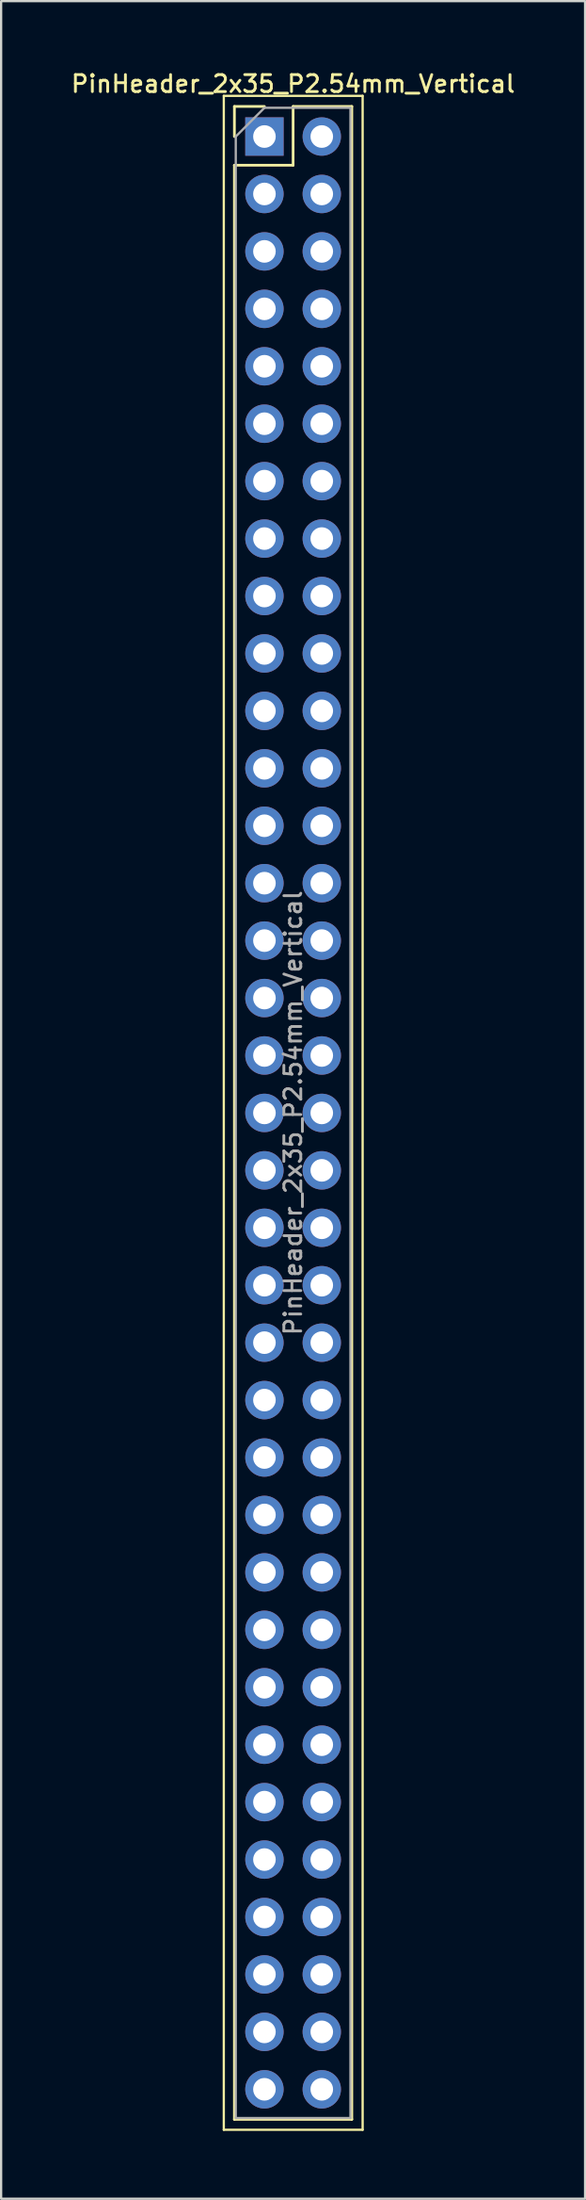
<source format=kicad_pcb>
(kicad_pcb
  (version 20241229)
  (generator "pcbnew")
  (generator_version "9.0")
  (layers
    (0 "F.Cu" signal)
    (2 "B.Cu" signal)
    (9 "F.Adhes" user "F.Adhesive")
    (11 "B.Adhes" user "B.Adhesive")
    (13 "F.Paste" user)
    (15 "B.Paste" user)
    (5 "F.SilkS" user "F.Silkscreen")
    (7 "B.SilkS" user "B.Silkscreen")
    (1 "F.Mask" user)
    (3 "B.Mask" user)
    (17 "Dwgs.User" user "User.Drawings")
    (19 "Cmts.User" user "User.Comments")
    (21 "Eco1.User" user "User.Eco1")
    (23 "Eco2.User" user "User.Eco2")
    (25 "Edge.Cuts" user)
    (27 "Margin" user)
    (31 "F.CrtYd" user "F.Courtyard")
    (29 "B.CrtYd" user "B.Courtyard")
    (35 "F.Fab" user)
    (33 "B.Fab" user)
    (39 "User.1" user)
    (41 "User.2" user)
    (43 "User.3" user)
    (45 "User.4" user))
  (footprint "PinHeader_2x35_P2.54mm_Vertical"
    (layer "F.Cu")
    (at 8.664 2.988)
    (property "Reference" "PinHeader_2x35_P2.54mm_Vertical" (at 1.27 -2.33 0) (layer "F.SilkS") (effects (font (size 0.75 0.75) (thickness 0.125))))
    (attr through_hole)
    (fp_line (start -1.8 -1.8) (end -1.8 88.15) (stroke (width 0.1) (type solid)) (layer "F.SilkS"))
    (fp_line (start -1.8 88.15) (end 4.35 88.15) (stroke (width 0.1) (type solid)) (layer "F.SilkS"))
    (fp_line (start -1.33 -1.33) (end 0 -1.33) (stroke (width 0.12) (type solid)) (layer "F.SilkS"))
    (fp_line (start -1.33 0) (end -1.33 -1.33) (stroke (width 0.12) (type solid)) (layer "F.SilkS"))
    (fp_line (start -1.33 1.27) (end -1.33 87.69) (stroke (width 0.12) (type solid)) (layer "F.SilkS"))
    (fp_line (start -1.33 1.27) (end 1.27 1.27) (stroke (width 0.12) (type solid)) (layer "F.SilkS"))
    (fp_line (start -1.33 87.69) (end 3.87 87.69) (stroke (width 0.12) (type solid)) (layer "F.SilkS"))
    (fp_line (start 1.27 -1.33) (end 3.87 -1.33) (stroke (width 0.12) (type solid)) (layer "F.SilkS"))
    (fp_line (start 1.27 1.27) (end 1.27 -1.33) (stroke (width 0.12) (type solid)) (layer "F.SilkS"))
    (fp_line (start 3.87 -1.33) (end 3.87 87.69) (stroke (width 0.12) (type solid)) (layer "F.SilkS"))
    (fp_line (start 4.35 -1.8) (end -1.8 -1.8) (stroke (width 0.1) (type solid)) (layer "F.SilkS"))
    (fp_line (start 4.35 88.15) (end 4.35 -1.8) (stroke (width 0.1) (type solid)) (layer "F.SilkS"))
    (fp_line (start -1.27 0) (end 0 -1.27) (stroke (width 0.1) (type solid)) (layer "F.Fab"))
    (fp_line (start -1.27 87.63) (end -1.27 0) (stroke (width 0.1) (type solid)) (layer "F.Fab"))
    (fp_line (start 0 -1.27) (end 3.81 -1.27) (stroke (width 0.1) (type solid)) (layer "F.Fab"))
    (fp_line (start 3.81 -1.27) (end 3.81 87.63) (stroke (width 0.1) (type solid)) (layer "F.Fab"))
    (fp_line (start 3.81 87.63) (end -1.27 87.63) (stroke (width 0.1) (type solid)) (layer "F.Fab"))
    (fp_text user "${REFERENCE}" (at 1.27 43.18 90) (layer "F.Fab") (effects (font (size 0.75 0.75) (thickness 0.125))))
    (pad "1" thru_hole rect (at 0 0) (size 1.7 1.7) (drill 1) (layers "*.Cu" "*.Mask"))
    (pad "2" thru_hole oval (at 2.54 0) (size 1.7 1.7) (drill 1) (layers "*.Cu" "*.Mask"))
    (pad "3" thru_hole oval (at 0 2.54) (size 1.7 1.7) (drill 1) (layers "*.Cu" "*.Mask"))
    (pad "4" thru_hole oval (at 2.54 2.54) (size 1.7 1.7) (drill 1) (layers "*.Cu" "*.Mask"))
    (pad "5" thru_hole oval (at 0 5.08) (size 1.7 1.7) (drill 1) (layers "*.Cu" "*.Mask"))
    (pad "6" thru_hole oval (at 2.54 5.08) (size 1.7 1.7) (drill 1) (layers "*.Cu" "*.Mask"))
    (pad "7" thru_hole oval (at 0 7.62) (size 1.7 1.7) (drill 1) (layers "*.Cu" "*.Mask"))
    (pad "8" thru_hole oval (at 2.54 7.62) (size 1.7 1.7) (drill 1) (layers "*.Cu" "*.Mask"))
    (pad "9" thru_hole oval (at 0 10.16) (size 1.7 1.7) (drill 1) (layers "*.Cu" "*.Mask"))
    (pad "10" thru_hole oval (at 2.54 10.16) (size 1.7 1.7) (drill 1) (layers "*.Cu" "*.Mask"))
    (pad "11" thru_hole oval (at 0 12.7) (size 1.7 1.7) (drill 1) (layers "*.Cu" "*.Mask"))
    (pad "12" thru_hole oval (at 2.54 12.7) (size 1.7 1.7) (drill 1) (layers "*.Cu" "*.Mask"))
    (pad "13" thru_hole oval (at 0 15.24) (size 1.7 1.7) (drill 1) (layers "*.Cu" "*.Mask"))
    (pad "14" thru_hole oval (at 2.54 15.24) (size 1.7 1.7) (drill 1) (layers "*.Cu" "*.Mask"))
    (pad "15" thru_hole oval (at 0 17.78) (size 1.7 1.7) (drill 1) (layers "*.Cu" "*.Mask"))
    (pad "16" thru_hole oval (at 2.54 17.78) (size 1.7 1.7) (drill 1) (layers "*.Cu" "*.Mask"))
    (pad "17" thru_hole oval (at 0 20.32) (size 1.7 1.7) (drill 1) (layers "*.Cu" "*.Mask"))
    (pad "18" thru_hole oval (at 2.54 20.32) (size 1.7 1.7) (drill 1) (layers "*.Cu" "*.Mask"))
    (pad "19" thru_hole oval (at 0 22.86) (size 1.7 1.7) (drill 1) (layers "*.Cu" "*.Mask"))
    (pad "20" thru_hole oval (at 2.54 22.86) (size 1.7 1.7) (drill 1) (layers "*.Cu" "*.Mask"))
    (pad "21" thru_hole oval (at 0 25.4) (size 1.7 1.7) (drill 1) (layers "*.Cu" "*.Mask"))
    (pad "22" thru_hole oval (at 2.54 25.4) (size 1.7 1.7) (drill 1) (layers "*.Cu" "*.Mask"))
    (pad "23" thru_hole oval (at 0 27.94) (size 1.7 1.7) (drill 1) (layers "*.Cu" "*.Mask"))
    (pad "24" thru_hole oval (at 2.54 27.94) (size 1.7 1.7) (drill 1) (layers "*.Cu" "*.Mask"))
    (pad "25" thru_hole oval (at 0 30.48) (size 1.7 1.7) (drill 1) (layers "*.Cu" "*.Mask"))
    (pad "26" thru_hole oval (at 2.54 30.48) (size 1.7 1.7) (drill 1) (layers "*.Cu" "*.Mask"))
    (pad "27" thru_hole oval (at 0 33.02) (size 1.7 1.7) (drill 1) (layers "*.Cu" "*.Mask"))
    (pad "28" thru_hole oval (at 2.54 33.02) (size 1.7 1.7) (drill 1) (layers "*.Cu" "*.Mask"))
    (pad "29" thru_hole oval (at 0 35.56) (size 1.7 1.7) (drill 1) (layers "*.Cu" "*.Mask"))
    (pad "30" thru_hole oval (at 2.54 35.56) (size 1.7 1.7) (drill 1) (layers "*.Cu" "*.Mask"))
    (pad "31" thru_hole oval (at 0 38.1) (size 1.7 1.7) (drill 1) (layers "*.Cu" "*.Mask"))
    (pad "32" thru_hole oval (at 2.54 38.1) (size 1.7 1.7) (drill 1) (layers "*.Cu" "*.Mask"))
    (pad "33" thru_hole oval (at 0 40.64) (size 1.7 1.7) (drill 1) (layers "*.Cu" "*.Mask"))
    (pad "34" thru_hole oval (at 2.54 40.64) (size 1.7 1.7) (drill 1) (layers "*.Cu" "*.Mask"))
    (pad "35" thru_hole oval (at 0 43.18) (size 1.7 1.7) (drill 1) (layers "*.Cu" "*.Mask"))
    (pad "36" thru_hole oval (at 2.54 43.18) (size 1.7 1.7) (drill 1) (layers "*.Cu" "*.Mask"))
    (pad "37" thru_hole oval (at 0 45.72) (size 1.7 1.7) (drill 1) (layers "*.Cu" "*.Mask"))
    (pad "38" thru_hole oval (at 2.54 45.72) (size 1.7 1.7) (drill 1) (layers "*.Cu" "*.Mask"))
    (pad "39" thru_hole oval (at 0 48.26) (size 1.7 1.7) (drill 1) (layers "*.Cu" "*.Mask"))
    (pad "40" thru_hole oval (at 2.54 48.26) (size 1.7 1.7) (drill 1) (layers "*.Cu" "*.Mask"))
    (pad "41" thru_hole oval (at 0 50.8) (size 1.7 1.7) (drill 1) (layers "*.Cu" "*.Mask"))
    (pad "42" thru_hole oval (at 2.54 50.8) (size 1.7 1.7) (drill 1) (layers "*.Cu" "*.Mask"))
    (pad "43" thru_hole oval (at 0 53.34) (size 1.7 1.7) (drill 1) (layers "*.Cu" "*.Mask"))
    (pad "44" thru_hole oval (at 2.54 53.34) (size 1.7 1.7) (drill 1) (layers "*.Cu" "*.Mask"))
    (pad "45" thru_hole oval (at 0 55.88) (size 1.7 1.7) (drill 1) (layers "*.Cu" "*.Mask"))
    (pad "46" thru_hole oval (at 2.54 55.88) (size 1.7 1.7) (drill 1) (layers "*.Cu" "*.Mask"))
    (pad "47" thru_hole oval (at 0 58.42) (size 1.7 1.7) (drill 1) (layers "*.Cu" "*.Mask"))
    (pad "48" thru_hole oval (at 2.54 58.42) (size 1.7 1.7) (drill 1) (layers "*.Cu" "*.Mask"))
    (pad "49" thru_hole oval (at 0 60.96) (size 1.7 1.7) (drill 1) (layers "*.Cu" "*.Mask"))
    (pad "50" thru_hole oval (at 2.54 60.96) (size 1.7 1.7) (drill 1) (layers "*.Cu" "*.Mask"))
    (pad "51" thru_hole oval (at 0 63.5) (size 1.7 1.7) (drill 1) (layers "*.Cu" "*.Mask"))
    (pad "52" thru_hole oval (at 2.54 63.5) (size 1.7 1.7) (drill 1) (layers "*.Cu" "*.Mask"))
    (pad "53" thru_hole oval (at 0 66.04) (size 1.7 1.7) (drill 1) (layers "*.Cu" "*.Mask"))
    (pad "54" thru_hole oval (at 2.54 66.04) (size 1.7 1.7) (drill 1) (layers "*.Cu" "*.Mask"))
    (pad "55" thru_hole oval (at 0 68.58) (size 1.7 1.7) (drill 1) (layers "*.Cu" "*.Mask"))
    (pad "56" thru_hole oval (at 2.54 68.58) (size 1.7 1.7) (drill 1) (layers "*.Cu" "*.Mask"))
    (pad "57" thru_hole oval (at 0 71.12) (size 1.7 1.7) (drill 1) (layers "*.Cu" "*.Mask"))
    (pad "58" thru_hole oval (at 2.54 71.12) (size 1.7 1.7) (drill 1) (layers "*.Cu" "*.Mask"))
    (pad "59" thru_hole oval (at 0 73.66) (size 1.7 1.7) (drill 1) (layers "*.Cu" "*.Mask"))
    (pad "60" thru_hole oval (at 2.54 73.66) (size 1.7 1.7) (drill 1) (layers "*.Cu" "*.Mask"))
    (pad "61" thru_hole oval (at 0 76.2) (size 1.7 1.7) (drill 1) (layers "*.Cu" "*.Mask"))
    (pad "62" thru_hole oval (at 2.54 76.2) (size 1.7 1.7) (drill 1) (layers "*.Cu" "*.Mask"))
    (pad "63" thru_hole oval (at 0 78.74) (size 1.7 1.7) (drill 1) (layers "*.Cu" "*.Mask"))
    (pad "64" thru_hole oval (at 2.54 78.74) (size 1.7 1.7) (drill 1) (layers "*.Cu" "*.Mask"))
    (pad "65" thru_hole oval (at 0 81.28) (size 1.7 1.7) (drill 1) (layers "*.Cu" "*.Mask"))
    (pad "66" thru_hole oval (at 2.54 81.28) (size 1.7 1.7) (drill 1) (layers "*.Cu" "*.Mask"))
    (pad "67" thru_hole oval (at 0 83.82) (size 1.7 1.7) (drill 1) (layers "*.Cu" "*.Mask"))
    (pad "68" thru_hole oval (at 2.54 83.82) (size 1.7 1.7) (drill 1) (layers "*.Cu" "*.Mask"))
    (pad "69" thru_hole oval (at 0 86.36) (size 1.7 1.7) (drill 1) (layers "*.Cu" "*.Mask"))
    (pad "70" thru_hole oval (at 2.54 86.36) (size 1.7 1.7) (drill 1) (layers "*.Cu" "*.Mask")))
  (gr_rect
    (start -3 -3)
    (end 22.868 94.188)
    (stroke (width 0.1) (type default))
    (fill no)
    (layer "Edge.Cuts")))
</source>
